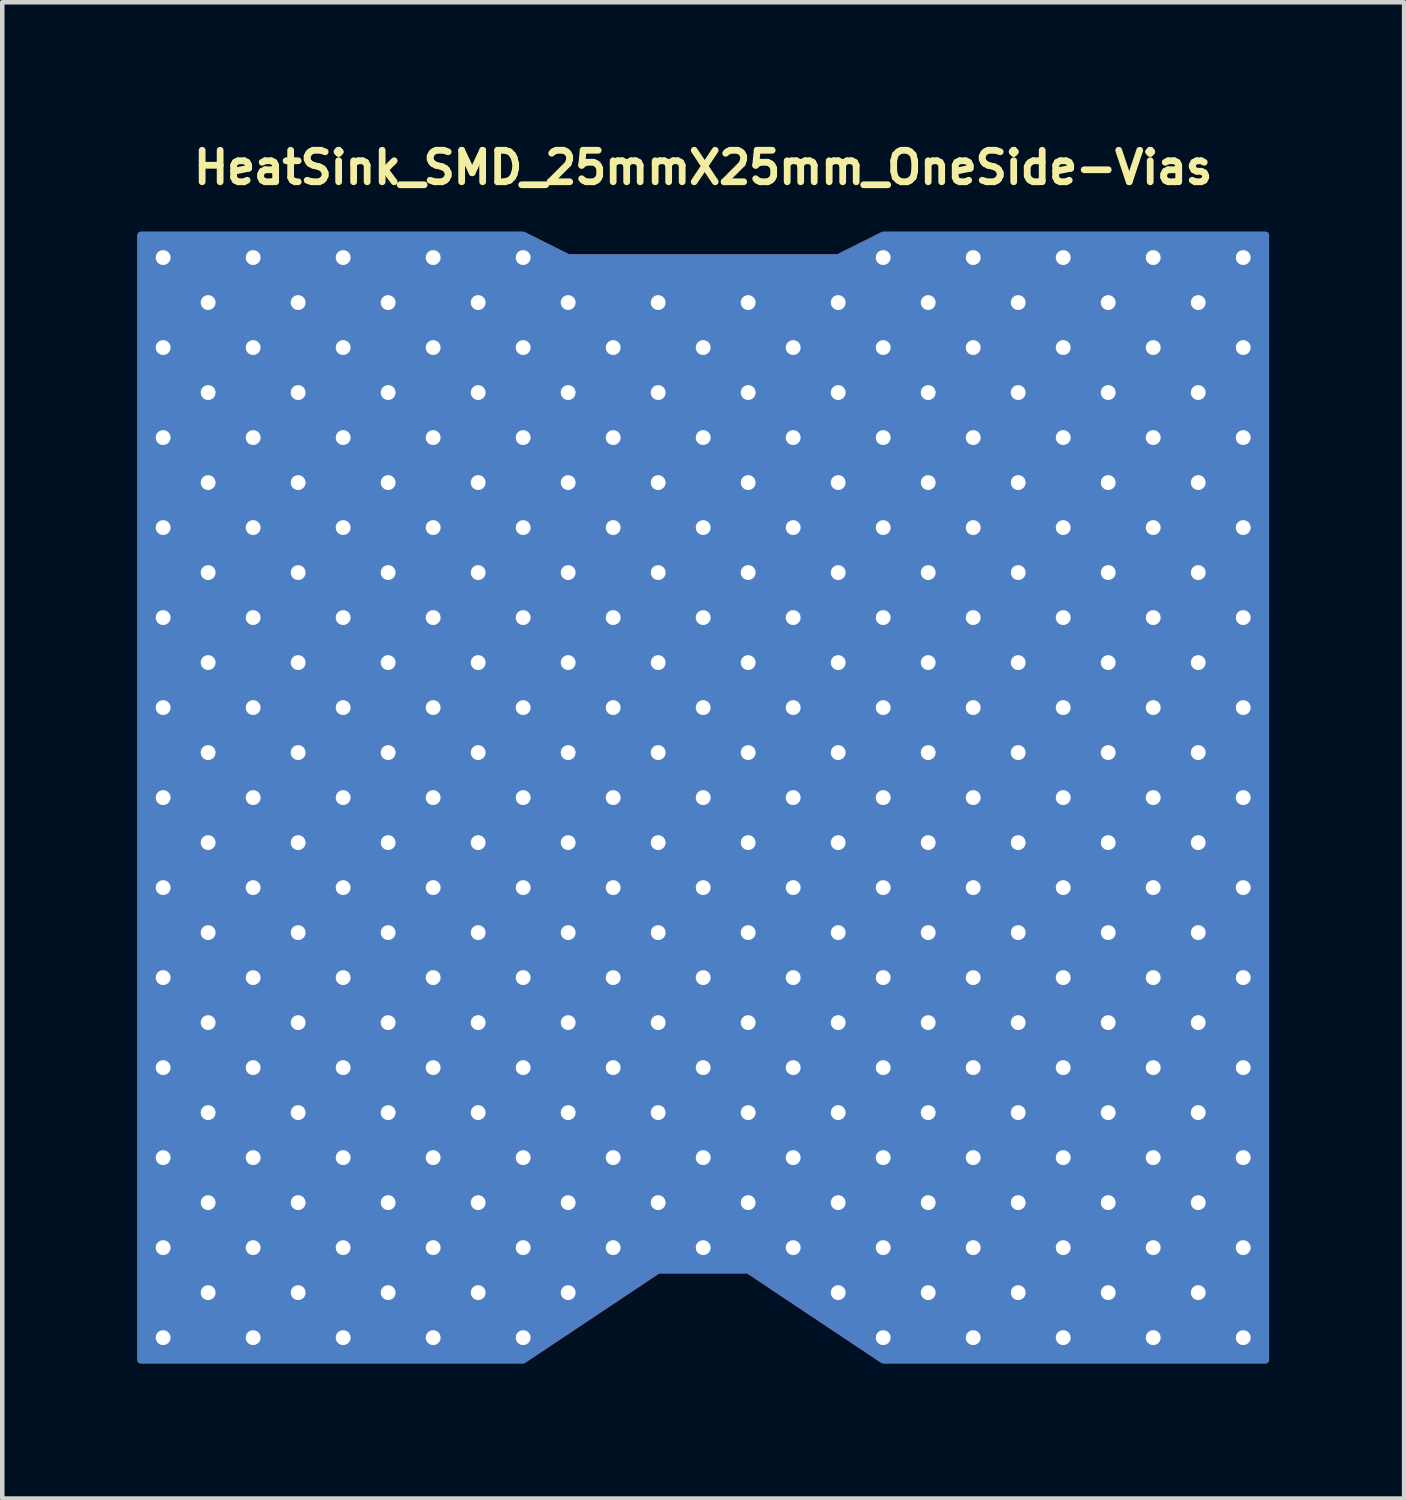
<source format=kicad_pcb>
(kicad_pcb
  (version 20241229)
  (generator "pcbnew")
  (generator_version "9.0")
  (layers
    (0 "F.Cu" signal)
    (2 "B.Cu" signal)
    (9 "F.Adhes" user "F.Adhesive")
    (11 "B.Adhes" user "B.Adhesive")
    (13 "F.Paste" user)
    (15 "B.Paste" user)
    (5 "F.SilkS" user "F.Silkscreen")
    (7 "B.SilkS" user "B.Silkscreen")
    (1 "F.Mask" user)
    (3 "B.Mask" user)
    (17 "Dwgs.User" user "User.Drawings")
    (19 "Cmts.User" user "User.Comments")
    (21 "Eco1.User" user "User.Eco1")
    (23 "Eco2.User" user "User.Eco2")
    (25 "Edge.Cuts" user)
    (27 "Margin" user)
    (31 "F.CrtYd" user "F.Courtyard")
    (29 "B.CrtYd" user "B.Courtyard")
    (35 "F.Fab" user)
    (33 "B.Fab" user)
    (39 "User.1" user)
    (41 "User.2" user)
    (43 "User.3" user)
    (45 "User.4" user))
  (footprint "HeatSink_SMD_25mmX25mm_OneSide-Vias"
    (layer "F.Cu")
    (at 12.575 14.673)
    (property "Reference" "HeatSink_SMD_25mmX25mm_OneSide-Vias" (at 0 -14 0) (layer "F.SilkS") (effects (font (size 0.7 0.7) (thickness 0.15))))
    (attr through_hole)
    (pad "1" thru_hole circle (at -12 -12) (size 0.686 0.686) (drill 0.33) (layers "*.Cu" "*.Mask"))
    (pad "1" thru_hole circle (at -12 -10) (size 0.686 0.686) (drill 0.33) (layers "*.Cu" "*.Mask"))
    (pad "1" thru_hole circle (at -12 -8) (size 0.686 0.686) (drill 0.33) (layers "*.Cu" "*.Mask"))
    (pad "1" thru_hole circle (at -12 -6) (size 0.686 0.686) (drill 0.33) (layers "*.Cu" "*.Mask"))
    (pad "1" thru_hole circle (at -12 -4) (size 0.686 0.686) (drill 0.33) (layers "*.Cu" "*.Mask"))
    (pad "1" thru_hole circle (at -12 -2) (size 0.686 0.686) (drill 0.33) (layers "*.Cu" "*.Mask"))
    (pad "1" thru_hole circle (at -12 0) (size 0.686 0.686) (drill 0.33) (layers "*.Cu" "*.Mask"))
    (pad "1" thru_hole circle (at -12 2) (size 0.686 0.686) (drill 0.33) (layers "*.Cu" "*.Mask"))
    (pad "1" thru_hole circle (at -12 4) (size 0.686 0.686) (drill 0.33) (layers "*.Cu" "*.Mask"))
    (pad "1" thru_hole circle (at -12 6) (size 0.686 0.686) (drill 0.33) (layers "*.Cu" "*.Mask"))
    (pad "1" thru_hole circle (at -12 8) (size 0.686 0.686) (drill 0.33) (layers "*.Cu" "*.Mask"))
    (pad "1" thru_hole circle (at -12 10) (size 0.686 0.686) (drill 0.33) (layers "*.Cu" "*.Mask"))
    (pad "1" thru_hole circle (at -12 12) (size 0.686 0.686) (drill 0.33) (layers "*.Cu" "*.Mask"))
    (pad "1" thru_hole circle (at -11 -11) (size 0.686 0.686) (drill 0.33) (layers "*.Cu" "*.Mask"))
    (pad "1" thru_hole circle (at -11 -9) (size 0.686 0.686) (drill 0.33) (layers "*.Cu" "*.Mask"))
    (pad "1" thru_hole circle (at -11 -7) (size 0.686 0.686) (drill 0.33) (layers "*.Cu" "*.Mask"))
    (pad "1" thru_hole circle (at -11 -5) (size 0.686 0.686) (drill 0.33) (layers "*.Cu" "*.Mask"))
    (pad "1" thru_hole circle (at -11 -3) (size 0.686 0.686) (drill 0.33) (layers "*.Cu" "*.Mask"))
    (pad "1" thru_hole circle (at -11 -1) (size 0.686 0.686) (drill 0.33) (layers "*.Cu" "*.Mask"))
    (pad "1" thru_hole circle (at -11 1) (size 0.686 0.686) (drill 0.33) (layers "*.Cu" "*.Mask"))
    (pad "1" thru_hole circle (at -11 3) (size 0.686 0.686) (drill 0.33) (layers "*.Cu" "*.Mask"))
    (pad "1" thru_hole circle (at -11 5) (size 0.686 0.686) (drill 0.33) (layers "*.Cu" "*.Mask"))
    (pad "1" thru_hole circle (at -11 7) (size 0.686 0.686) (drill 0.33) (layers "*.Cu" "*.Mask"))
    (pad "1" thru_hole circle (at -11 9) (size 0.686 0.686) (drill 0.33) (layers "*.Cu" "*.Mask"))
    (pad "1" thru_hole circle (at -11 11) (size 0.686 0.686) (drill 0.33) (layers "*.Cu" "*.Mask"))
    (pad "1" thru_hole circle (at -10 -12) (size 0.686 0.686) (drill 0.33) (layers "*.Cu" "*.Mask"))
    (pad "1" thru_hole circle (at -10 -10) (size 0.686 0.686) (drill 0.33) (layers "*.Cu" "*.Mask"))
    (pad "1" thru_hole circle (at -10 -8) (size 0.686 0.686) (drill 0.33) (layers "*.Cu" "*.Mask"))
    (pad "1" thru_hole circle (at -10 -6) (size 0.686 0.686) (drill 0.33) (layers "*.Cu" "*.Mask"))
    (pad "1" thru_hole circle (at -10 -4) (size 0.686 0.686) (drill 0.33) (layers "*.Cu" "*.Mask"))
    (pad "1" thru_hole circle (at -10 -2) (size 0.686 0.686) (drill 0.33) (layers "*.Cu" "*.Mask"))
    (pad "1" thru_hole circle (at -10 0) (size 0.686 0.686) (drill 0.33) (layers "*.Cu" "*.Mask"))
    (pad "1" thru_hole circle (at -10 2) (size 0.686 0.686) (drill 0.33) (layers "*.Cu" "*.Mask"))
    (pad "1" thru_hole circle (at -10 4) (size 0.686 0.686) (drill 0.33) (layers "*.Cu" "*.Mask"))
    (pad "1" thru_hole circle (at -10 6) (size 0.686 0.686) (drill 0.33) (layers "*.Cu" "*.Mask"))
    (pad "1" thru_hole circle (at -10 8) (size 0.686 0.686) (drill 0.33) (layers "*.Cu" "*.Mask"))
    (pad "1" thru_hole circle (at -10 10) (size 0.686 0.686) (drill 0.33) (layers "*.Cu" "*.Mask"))
    (pad "1" thru_hole circle (at -10 12) (size 0.686 0.686) (drill 0.33) (layers "*.Cu" "*.Mask"))
    (pad "1" thru_hole circle (at -9 -11) (size 0.686 0.686) (drill 0.33) (layers "*.Cu" "*.Mask"))
    (pad "1" thru_hole circle (at -9 -9) (size 0.686 0.686) (drill 0.33) (layers "*.Cu" "*.Mask"))
    (pad "1" thru_hole circle (at -9 -7) (size 0.686 0.686) (drill 0.33) (layers "*.Cu" "*.Mask"))
    (pad "1" thru_hole circle (at -9 -5) (size 0.686 0.686) (drill 0.33) (layers "*.Cu" "*.Mask"))
    (pad "1" thru_hole circle (at -9 -3) (size 0.686 0.686) (drill 0.33) (layers "*.Cu" "*.Mask"))
    (pad "1" thru_hole circle (at -9 -1) (size 0.686 0.686) (drill 0.33) (layers "*.Cu" "*.Mask"))
    (pad "1" thru_hole circle (at -9 1) (size 0.686 0.686) (drill 0.33) (layers "*.Cu" "*.Mask"))
    (pad "1" thru_hole circle (at -9 3) (size 0.686 0.686) (drill 0.33) (layers "*.Cu" "*.Mask"))
    (pad "1" thru_hole circle (at -9 5) (size 0.686 0.686) (drill 0.33) (layers "*.Cu" "*.Mask"))
    (pad "1" thru_hole circle (at -9 7) (size 0.686 0.686) (drill 0.33) (layers "*.Cu" "*.Mask"))
    (pad "1" thru_hole circle (at -9 9) (size 0.686 0.686) (drill 0.33) (layers "*.Cu" "*.Mask"))
    (pad "1" thru_hole circle (at -9 11) (size 0.686 0.686) (drill 0.33) (layers "*.Cu" "*.Mask"))
    (pad "1" thru_hole circle (at -8 -12) (size 0.686 0.686) (drill 0.33) (layers "*.Cu" "*.Mask"))
    (pad "1" thru_hole circle (at -8 -10) (size 0.686 0.686) (drill 0.33) (layers "*.Cu" "*.Mask"))
    (pad "1" thru_hole circle (at -8 -8) (size 0.686 0.686) (drill 0.33) (layers "*.Cu" "*.Mask"))
    (pad "1" thru_hole circle (at -8 -6) (size 0.686 0.686) (drill 0.33) (layers "*.Cu" "*.Mask"))
    (pad "1" thru_hole circle (at -8 -4) (size 0.686 0.686) (drill 0.33) (layers "*.Cu" "*.Mask"))
    (pad "1" thru_hole circle (at -8 -2) (size 0.686 0.686) (drill 0.33) (layers "*.Cu" "*.Mask"))
    (pad "1" thru_hole circle (at -8 0) (size 0.686 0.686) (drill 0.33) (layers "*.Cu" "*.Mask"))
    (pad "1" thru_hole circle (at -8 2) (size 0.686 0.686) (drill 0.33) (layers "*.Cu" "*.Mask"))
    (pad "1" thru_hole circle (at -8 4) (size 0.686 0.686) (drill 0.33) (layers "*.Cu" "*.Mask"))
    (pad "1" thru_hole circle (at -8 6) (size 0.686 0.686) (drill 0.33) (layers "*.Cu" "*.Mask"))
    (pad "1" thru_hole circle (at -8 8) (size 0.686 0.686) (drill 0.33) (layers "*.Cu" "*.Mask"))
    (pad "1" thru_hole circle (at -8 10) (size 0.686 0.686) (drill 0.33) (layers "*.Cu" "*.Mask"))
    (pad "1" thru_hole circle (at -8 12) (size 0.686 0.686) (drill 0.33) (layers "*.Cu" "*.Mask"))
    (pad "1" thru_hole circle (at -7 -11) (size 0.686 0.686) (drill 0.33) (layers "*.Cu" "*.Mask"))
    (pad "1" thru_hole circle (at -7 -9) (size 0.686 0.686) (drill 0.33) (layers "*.Cu" "*.Mask"))
    (pad "1" thru_hole circle (at -7 -7) (size 0.686 0.686) (drill 0.33) (layers "*.Cu" "*.Mask"))
    (pad "1" thru_hole circle (at -7 -5) (size 0.686 0.686) (drill 0.33) (layers "*.Cu" "*.Mask"))
    (pad "1" thru_hole circle (at -7 -3) (size 0.686 0.686) (drill 0.33) (layers "*.Cu" "*.Mask"))
    (pad "1" thru_hole circle (at -7 -1) (size 0.686 0.686) (drill 0.33) (layers "*.Cu" "*.Mask"))
    (pad "1" thru_hole circle (at -7 1) (size 0.686 0.686) (drill 0.33) (layers "*.Cu" "*.Mask"))
    (pad "1" thru_hole circle (at -7 3) (size 0.686 0.686) (drill 0.33) (layers "*.Cu" "*.Mask"))
    (pad "1" thru_hole circle (at -7 5) (size 0.686 0.686) (drill 0.33) (layers "*.Cu" "*.Mask"))
    (pad "1" thru_hole circle (at -7 7) (size 0.686 0.686) (drill 0.33) (layers "*.Cu" "*.Mask"))
    (pad "1" thru_hole circle (at -7 9) (size 0.686 0.686) (drill 0.33) (layers "*.Cu" "*.Mask"))
    (pad "1" thru_hole circle (at -7 11) (size 0.686 0.686) (drill 0.33) (layers "*.Cu" "*.Mask"))
    (pad "1" thru_hole circle (at -6 -12) (size 0.686 0.686) (drill 0.33) (layers "*.Cu" "*.Mask"))
    (pad "1" thru_hole circle (at -6 -10) (size 0.686 0.686) (drill 0.33) (layers "*.Cu" "*.Mask"))
    (pad "1" thru_hole circle (at -6 -8) (size 0.686 0.686) (drill 0.33) (layers "*.Cu" "*.Mask"))
    (pad "1" thru_hole circle (at -6 -6) (size 0.686 0.686) (drill 0.33) (layers "*.Cu" "*.Mask"))
    (pad "1" thru_hole circle (at -6 -4) (size 0.686 0.686) (drill 0.33) (layers "*.Cu" "*.Mask"))
    (pad "1" thru_hole circle (at -6 -2) (size 0.686 0.686) (drill 0.33) (layers "*.Cu" "*.Mask"))
    (pad "1" thru_hole circle (at -6 0) (size 0.686 0.686) (drill 0.33) (layers "*.Cu" "*.Mask"))
    (pad "1" thru_hole circle (at -6 2) (size 0.686 0.686) (drill 0.33) (layers "*.Cu" "*.Mask"))
    (pad "1" thru_hole circle (at -6 4) (size 0.686 0.686) (drill 0.33) (layers "*.Cu" "*.Mask"))
    (pad "1" thru_hole circle (at -6 6) (size 0.686 0.686) (drill 0.33) (layers "*.Cu" "*.Mask"))
    (pad "1" thru_hole circle (at -6 8) (size 0.686 0.686) (drill 0.33) (layers "*.Cu" "*.Mask"))
    (pad "1" thru_hole circle (at -6 10) (size 0.686 0.686) (drill 0.33) (layers "*.Cu" "*.Mask"))
    (pad "1" thru_hole circle (at -6 12) (size 0.686 0.686) (drill 0.33) (layers "*.Cu" "*.Mask"))
    (pad "1" thru_hole circle (at -5 -11) (size 0.686 0.686) (drill 0.33) (layers "*.Cu" "*.Mask"))
    (pad "1" thru_hole circle (at -5 -9) (size 0.686 0.686) (drill 0.33) (layers "*.Cu" "*.Mask"))
    (pad "1" thru_hole circle (at -5 -7) (size 0.686 0.686) (drill 0.33) (layers "*.Cu" "*.Mask"))
    (pad "1" thru_hole circle (at -5 -5) (size 0.686 0.686) (drill 0.33) (layers "*.Cu" "*.Mask"))
    (pad "1" thru_hole circle (at -5 -3) (size 0.686 0.686) (drill 0.33) (layers "*.Cu" "*.Mask"))
    (pad "1" thru_hole circle (at -5 -1) (size 0.686 0.686) (drill 0.33) (layers "*.Cu" "*.Mask"))
    (pad "1" thru_hole circle (at -5 1) (size 0.686 0.686) (drill 0.33) (layers "*.Cu" "*.Mask"))
    (pad "1" thru_hole circle (at -5 3) (size 0.686 0.686) (drill 0.33) (layers "*.Cu" "*.Mask"))
    (pad "1" thru_hole circle (at -5 5) (size 0.686 0.686) (drill 0.33) (layers "*.Cu" "*.Mask"))
    (pad "1" thru_hole circle (at -5 7) (size 0.686 0.686) (drill 0.33) (layers "*.Cu" "*.Mask"))
    (pad "1" thru_hole circle (at -5 9) (size 0.686 0.686) (drill 0.33) (layers "*.Cu" "*.Mask"))
    (pad "1" thru_hole circle (at -5 11) (size 0.686 0.686) (drill 0.33) (layers "*.Cu" "*.Mask"))
    (pad "1" thru_hole circle (at -4 -12) (size 0.686 0.686) (drill 0.33) (layers "*.Cu" "*.Mask"))
    (pad "1" thru_hole circle (at -4 -10) (size 0.686 0.686) (drill 0.33) (layers "*.Cu" "*.Mask"))
    (pad "1" thru_hole circle (at -4 -8) (size 0.686 0.686) (drill 0.33) (layers "*.Cu" "*.Mask"))
    (pad "1" thru_hole circle (at -4 -6) (size 0.686 0.686) (drill 0.33) (layers "*.Cu" "*.Mask"))
    (pad "1" thru_hole circle (at -4 -4) (size 0.686 0.686) (drill 0.33) (layers "*.Cu" "*.Mask"))
    (pad "1" thru_hole circle (at -4 -2) (size 0.686 0.686) (drill 0.33) (layers "*.Cu" "*.Mask"))
    (pad "1" thru_hole circle (at -4 0) (size 0.686 0.686) (drill 0.33) (layers "*.Cu" "*.Mask"))
    (pad "1" thru_hole circle (at -4 2) (size 0.686 0.686) (drill 0.33) (layers "*.Cu" "*.Mask"))
    (pad "1" thru_hole circle (at -4 4) (size 0.686 0.686) (drill 0.33) (layers "*.Cu" "*.Mask"))
    (pad "1" thru_hole circle (at -4 6) (size 0.686 0.686) (drill 0.33) (layers "*.Cu" "*.Mask"))
    (pad "1" thru_hole circle (at -4 8) (size 0.686 0.686) (drill 0.33) (layers "*.Cu" "*.Mask"))
    (pad "1" thru_hole circle (at -4 10) (size 0.686 0.686) (drill 0.33) (layers "*.Cu" "*.Mask"))
    (pad "1" thru_hole circle (at -4 12) (size 0.686 0.686) (drill 0.33) (layers "*.Cu" "*.Mask"))
    (pad "1" thru_hole circle (at -3 -11) (size 0.686 0.686) (drill 0.33) (layers "*.Cu" "*.Mask"))
    (pad "1" thru_hole circle (at -3 -9) (size 0.686 0.686) (drill 0.33) (layers "*.Cu" "*.Mask"))
    (pad "1" thru_hole circle (at -3 -7) (size 0.686 0.686) (drill 0.33) (layers "*.Cu" "*.Mask"))
    (pad "1" thru_hole circle (at -3 -5) (size 0.686 0.686) (drill 0.33) (layers "*.Cu" "*.Mask"))
    (pad "1" thru_hole circle (at -3 -3) (size 0.686 0.686) (drill 0.33) (layers "*.Cu" "*.Mask"))
    (pad "1" thru_hole circle (at -3 -1) (size 0.686 0.686) (drill 0.33) (layers "*.Cu" "*.Mask"))
    (pad "1" thru_hole circle (at -3 1) (size 0.686 0.686) (drill 0.33) (layers "*.Cu" "*.Mask"))
    (pad "1" thru_hole circle (at -3 3) (size 0.686 0.686) (drill 0.33) (layers "*.Cu" "*.Mask"))
    (pad "1" thru_hole circle (at -3 5) (size 0.686 0.686) (drill 0.33) (layers "*.Cu" "*.Mask"))
    (pad "1" thru_hole circle (at -3 7) (size 0.686 0.686) (drill 0.33) (layers "*.Cu" "*.Mask"))
    (pad "1" thru_hole circle (at -3 9) (size 0.686 0.686) (drill 0.33) (layers "*.Cu" "*.Mask"))
    (pad "1" thru_hole circle (at -3 11) (size 0.686 0.686) (drill 0.33) (layers "*.Cu" "*.Mask"))
    (pad "1" thru_hole circle (at -2 -10) (size 0.686 0.686) (drill 0.33) (layers "*.Cu" "*.Mask"))
    (pad "1" thru_hole circle (at -2 -8) (size 0.686 0.686) (drill 0.33) (layers "*.Cu" "*.Mask"))
    (pad "1" thru_hole circle (at -2 -6) (size 0.686 0.686) (drill 0.33) (layers "*.Cu" "*.Mask"))
    (pad "1" thru_hole circle (at -2 -4) (size 0.686 0.686) (drill 0.33) (layers "*.Cu" "*.Mask"))
    (pad "1" thru_hole circle (at -2 -2) (size 0.686 0.686) (drill 0.33) (layers "*.Cu" "*.Mask"))
    (pad "1" thru_hole circle (at -2 0) (size 0.686 0.686) (drill 0.33) (layers "*.Cu" "*.Mask"))
    (pad "1" thru_hole circle (at -2 2) (size 0.686 0.686) (drill 0.33) (layers "*.Cu" "*.Mask"))
    (pad "1" thru_hole circle (at -2 4) (size 0.686 0.686) (drill 0.33) (layers "*.Cu" "*.Mask"))
    (pad "1" thru_hole circle (at -2 6) (size 0.686 0.686) (drill 0.33) (layers "*.Cu" "*.Mask"))
    (pad "1" thru_hole circle (at -2 8) (size 0.686 0.686) (drill 0.33) (layers "*.Cu" "*.Mask"))
    (pad "1" thru_hole circle (at -2 10) (size 0.686 0.686) (drill 0.33) (layers "*.Cu" "*.Mask"))
    (pad "1" thru_hole circle (at -1 -11) (size 0.686 0.686) (drill 0.33) (layers "*.Cu" "*.Mask"))
    (pad "1" thru_hole circle (at -1 -9) (size 0.686 0.686) (drill 0.33) (layers "*.Cu" "*.Mask"))
    (pad "1" thru_hole circle (at -1 -7) (size 0.686 0.686) (drill 0.33) (layers "*.Cu" "*.Mask"))
    (pad "1" thru_hole circle (at -1 -5) (size 0.686 0.686) (drill 0.33) (layers "*.Cu" "*.Mask"))
    (pad "1" thru_hole circle (at -1 -3) (size 0.686 0.686) (drill 0.33) (layers "*.Cu" "*.Mask"))
    (pad "1" thru_hole circle (at -1 -1) (size 0.686 0.686) (drill 0.33) (layers "*.Cu" "*.Mask"))
    (pad "1" thru_hole circle (at -1 1) (size 0.686 0.686) (drill 0.33) (layers "*.Cu" "*.Mask"))
    (pad "1" thru_hole circle (at -1 3) (size 0.686 0.686) (drill 0.33) (layers "*.Cu" "*.Mask"))
    (pad "1" thru_hole circle (at -1 5) (size 0.686 0.686) (drill 0.33) (layers "*.Cu" "*.Mask"))
    (pad "1" thru_hole circle (at -1 7) (size 0.686 0.686) (drill 0.33) (layers "*.Cu" "*.Mask"))
    (pad "1" thru_hole circle (at -1 9) (size 0.686 0.686) (drill 0.33) (layers "*.Cu" "*.Mask"))
    (pad "1" thru_hole circle (at 0 -10) (size 0.686 0.686) (drill 0.33) (layers "*.Cu" "*.Mask"))
    (pad "1" thru_hole circle (at 0 -8) (size 0.686 0.686) (drill 0.33) (layers "*.Cu" "*.Mask"))
    (pad "1" thru_hole circle (at 0 -6) (size 0.686 0.686) (drill 0.33) (layers "*.Cu" "*.Mask"))
    (pad "1" thru_hole circle (at 0 -4) (size 0.686 0.686) (drill 0.33) (layers "*.Cu" "*.Mask"))
    (pad "1" thru_hole circle (at 0 -2) (size 0.686 0.686) (drill 0.33) (layers "*.Cu" "*.Mask"))
    (pad "1" thru_hole circle (at 0 0) (size 0.686 0.686) (drill 0.33) (layers "*.Cu" "*.Mask"))
    (pad "1" thru_hole circle (at 0 2) (size 0.686 0.686) (drill 0.33) (layers "*.Cu" "*.Mask"))
    (pad "1" thru_hole circle (at 0 4) (size 0.686 0.686) (drill 0.33) (layers "*.Cu" "*.Mask"))
    (pad "1" thru_hole circle (at 0 6) (size 0.686 0.686) (drill 0.33) (layers "*.Cu" "*.Mask"))
    (pad "1" thru_hole circle (at 0 8) (size 0.686 0.686) (drill 0.33) (layers "*.Cu" "*.Mask"))
    (pad "1" thru_hole circle (at 0 10) (size 0.686 0.686) (drill 0.33) (layers "*.Cu" "*.Mask"))
    (pad "1" thru_hole circle (at 1 -11) (size 0.686 0.686) (drill 0.33) (layers "*.Cu" "*.Mask"))
    (pad "1" thru_hole circle (at 1 -9) (size 0.686 0.686) (drill 0.33) (layers "*.Cu" "*.Mask"))
    (pad "1" thru_hole circle (at 1 -7) (size 0.686 0.686) (drill 0.33) (layers "*.Cu" "*.Mask"))
    (pad "1" thru_hole circle (at 1 -5) (size 0.686 0.686) (drill 0.33) (layers "*.Cu" "*.Mask"))
    (pad "1" thru_hole circle (at 1 -3) (size 0.686 0.686) (drill 0.33) (layers "*.Cu" "*.Mask"))
    (pad "1" thru_hole circle (at 1 -1) (size 0.686 0.686) (drill 0.33) (layers "*.Cu" "*.Mask"))
    (pad "1" thru_hole circle (at 1 1) (size 0.686 0.686) (drill 0.33) (layers "*.Cu" "*.Mask"))
    (pad "1" thru_hole circle (at 1 3) (size 0.686 0.686) (drill 0.33) (layers "*.Cu" "*.Mask"))
    (pad "1" thru_hole circle (at 1 5) (size 0.686 0.686) (drill 0.33) (layers "*.Cu" "*.Mask"))
    (pad "1" thru_hole circle (at 1 7) (size 0.686 0.686) (drill 0.33) (layers "*.Cu" "*.Mask"))
    (pad "1" thru_hole circle (at 1 9) (size 0.686 0.686) (drill 0.33) (layers "*.Cu" "*.Mask"))
    (pad "1" thru_hole circle (at 2 -10) (size 0.686 0.686) (drill 0.33) (layers "*.Cu" "*.Mask"))
    (pad "1" thru_hole circle (at 2 -8) (size 0.686 0.686) (drill 0.33) (layers "*.Cu" "*.Mask"))
    (pad "1" thru_hole circle (at 2 -6) (size 0.686 0.686) (drill 0.33) (layers "*.Cu" "*.Mask"))
    (pad "1" thru_hole circle (at 2 -4) (size 0.686 0.686) (drill 0.33) (layers "*.Cu" "*.Mask"))
    (pad "1" thru_hole circle (at 2 -2) (size 0.686 0.686) (drill 0.33) (layers "*.Cu" "*.Mask"))
    (pad "1" thru_hole circle (at 2 0) (size 0.686 0.686) (drill 0.33) (layers "*.Cu" "*.Mask"))
    (pad "1" thru_hole circle (at 2 2) (size 0.686 0.686) (drill 0.33) (layers "*.Cu" "*.Mask"))
    (pad "1" thru_hole circle (at 2 4) (size 0.686 0.686) (drill 0.33) (layers "*.Cu" "*.Mask"))
    (pad "1" thru_hole circle (at 2 6) (size 0.686 0.686) (drill 0.33) (layers "*.Cu" "*.Mask"))
    (pad "1" thru_hole circle (at 2 8) (size 0.686 0.686) (drill 0.33) (layers "*.Cu" "*.Mask"))
    (pad "1" thru_hole circle (at 2 10) (size 0.686 0.686) (drill 0.33) (layers "*.Cu" "*.Mask"))
    (pad "1" thru_hole circle (at 3 -11) (size 0.686 0.686) (drill 0.33) (layers "*.Cu" "*.Mask"))
    (pad "1" thru_hole circle (at 3 -9) (size 0.686 0.686) (drill 0.33) (layers "*.Cu" "*.Mask"))
    (pad "1" thru_hole circle (at 3 -7) (size 0.686 0.686) (drill 0.33) (layers "*.Cu" "*.Mask"))
    (pad "1" thru_hole circle (at 3 -5) (size 0.686 0.686) (drill 0.33) (layers "*.Cu" "*.Mask"))
    (pad "1" thru_hole circle (at 3 -3) (size 0.686 0.686) (drill 0.33) (layers "*.Cu" "*.Mask"))
    (pad "1" thru_hole circle (at 3 -1) (size 0.686 0.686) (drill 0.33) (layers "*.Cu" "*.Mask"))
    (pad "1" thru_hole circle (at 3 1) (size 0.686 0.686) (drill 0.33) (layers "*.Cu" "*.Mask"))
    (pad "1" thru_hole circle (at 3 3) (size 0.686 0.686) (drill 0.33) (layers "*.Cu" "*.Mask"))
    (pad "1" thru_hole circle (at 3 5) (size 0.686 0.686) (drill 0.33) (layers "*.Cu" "*.Mask"))
    (pad "1" thru_hole circle (at 3 7) (size 0.686 0.686) (drill 0.33) (layers "*.Cu" "*.Mask"))
    (pad "1" thru_hole circle (at 3 9) (size 0.686 0.686) (drill 0.33) (layers "*.Cu" "*.Mask"))
    (pad "1" thru_hole circle (at 3 11) (size 0.686 0.686) (drill 0.33) (layers "*.Cu" "*.Mask"))
    (pad "1" thru_hole circle (at 4 -12) (size 0.686 0.686) (drill 0.33) (layers "*.Cu" "*.Mask"))
    (pad "1" thru_hole circle (at 4 -10) (size 0.686 0.686) (drill 0.33) (layers "*.Cu" "*.Mask"))
    (pad "1" thru_hole circle (at 4 -8) (size 0.686 0.686) (drill 0.33) (layers "*.Cu" "*.Mask"))
    (pad "1" thru_hole circle (at 4 -6) (size 0.686 0.686) (drill 0.33) (layers "*.Cu" "*.Mask"))
    (pad "1" thru_hole circle (at 4 -4) (size 0.686 0.686) (drill 0.33) (layers "*.Cu" "*.Mask"))
    (pad "1" thru_hole circle (at 4 -2) (size 0.686 0.686) (drill 0.33) (layers "*.Cu" "*.Mask"))
    (pad "1" thru_hole circle (at 4 0) (size 0.686 0.686) (drill 0.33) (layers "*.Cu" "*.Mask"))
    (pad "1" thru_hole circle (at 4 2) (size 0.686 0.686) (drill 0.33) (layers "*.Cu" "*.Mask"))
    (pad "1" thru_hole circle (at 4 4) (size 0.686 0.686) (drill 0.33) (layers "*.Cu" "*.Mask"))
    (pad "1" thru_hole circle (at 4 6) (size 0.686 0.686) (drill 0.33) (layers "*.Cu" "*.Mask"))
    (pad "1" thru_hole circle (at 4 8) (size 0.686 0.686) (drill 0.33) (layers "*.Cu" "*.Mask"))
    (pad "1" thru_hole circle (at 4 10) (size 0.686 0.686) (drill 0.33) (layers "*.Cu" "*.Mask"))
    (pad "1" thru_hole circle (at 4 12) (size 0.686 0.686) (drill 0.33) (layers "*.Cu" "*.Mask"))
    (pad "1" thru_hole circle (at 5 -11) (size 0.686 0.686) (drill 0.33) (layers "*.Cu" "*.Mask"))
    (pad "1" thru_hole circle (at 5 -9) (size 0.686 0.686) (drill 0.33) (layers "*.Cu" "*.Mask"))
    (pad "1" thru_hole circle (at 5 -7) (size 0.686 0.686) (drill 0.33) (layers "*.Cu" "*.Mask"))
    (pad "1" thru_hole circle (at 5 -5) (size 0.686 0.686) (drill 0.33) (layers "*.Cu" "*.Mask"))
    (pad "1" thru_hole circle (at 5 -3) (size 0.686 0.686) (drill 0.33) (layers "*.Cu" "*.Mask"))
    (pad "1" thru_hole circle (at 5 -1) (size 0.686 0.686) (drill 0.33) (layers "*.Cu" "*.Mask"))
    (pad "1" thru_hole circle (at 5 1) (size 0.686 0.686) (drill 0.33) (layers "*.Cu" "*.Mask"))
    (pad "1" thru_hole circle (at 5 3) (size 0.686 0.686) (drill 0.33) (layers "*.Cu" "*.Mask"))
    (pad "1" thru_hole circle (at 5 5) (size 0.686 0.686) (drill 0.33) (layers "*.Cu" "*.Mask"))
    (pad "1" thru_hole circle (at 5 7) (size 0.686 0.686) (drill 0.33) (layers "*.Cu" "*.Mask"))
    (pad "1" thru_hole circle (at 5 9) (size 0.686 0.686) (drill 0.33) (layers "*.Cu" "*.Mask"))
    (pad "1" thru_hole circle (at 5 11) (size 0.686 0.686) (drill 0.33) (layers "*.Cu" "*.Mask"))
    (pad "1" thru_hole circle (at 6 -12) (size 0.686 0.686) (drill 0.33) (layers "*.Cu" "*.Mask"))
    (pad "1" thru_hole circle (at 6 -10) (size 0.686 0.686) (drill 0.33) (layers "*.Cu" "*.Mask"))
    (pad "1" thru_hole circle (at 6 -8) (size 0.686 0.686) (drill 0.33) (layers "*.Cu" "*.Mask"))
    (pad "1" thru_hole circle (at 6 -6) (size 0.686 0.686) (drill 0.33) (layers "*.Cu" "*.Mask"))
    (pad "1" thru_hole circle (at 6 -4) (size 0.686 0.686) (drill 0.33) (layers "*.Cu" "*.Mask"))
    (pad "1" thru_hole circle (at 6 -2) (size 0.686 0.686) (drill 0.33) (layers "*.Cu" "*.Mask"))
    (pad "1" thru_hole circle (at 6 0) (size 0.686 0.686) (drill 0.33) (layers "*.Cu" "*.Mask"))
    (pad "1" thru_hole circle (at 6 2) (size 0.686 0.686) (drill 0.33) (layers "*.Cu" "*.Mask"))
    (pad "1" thru_hole circle (at 6 4) (size 0.686 0.686) (drill 0.33) (layers "*.Cu" "*.Mask"))
    (pad "1" thru_hole circle (at 6 6) (size 0.686 0.686) (drill 0.33) (layers "*.Cu" "*.Mask"))
    (pad "1" thru_hole circle (at 6 8) (size 0.686 0.686) (drill 0.33) (layers "*.Cu" "*.Mask"))
    (pad "1" thru_hole circle (at 6 10) (size 0.686 0.686) (drill 0.33) (layers "*.Cu" "*.Mask"))
    (pad "1" thru_hole circle (at 6 12) (size 0.686 0.686) (drill 0.33) (layers "*.Cu" "*.Mask"))
    (pad "1" thru_hole circle (at 7 -11) (size 0.686 0.686) (drill 0.33) (layers "*.Cu" "*.Mask"))
    (pad "1" thru_hole circle (at 7 -9) (size 0.686 0.686) (drill 0.33) (layers "*.Cu" "*.Mask"))
    (pad "1" thru_hole circle (at 7 -7) (size 0.686 0.686) (drill 0.33) (layers "*.Cu" "*.Mask"))
    (pad "1" thru_hole circle (at 7 -5) (size 0.686 0.686) (drill 0.33) (layers "*.Cu" "*.Mask"))
    (pad "1" thru_hole circle (at 7 -3) (size 0.686 0.686) (drill 0.33) (layers "*.Cu" "*.Mask"))
    (pad "1" thru_hole circle (at 7 -1) (size 0.686 0.686) (drill 0.33) (layers "*.Cu" "*.Mask"))
    (pad "1" thru_hole circle (at 7 1) (size 0.686 0.686) (drill 0.33) (layers "*.Cu" "*.Mask"))
    (pad "1" thru_hole circle (at 7 3) (size 0.686 0.686) (drill 0.33) (layers "*.Cu" "*.Mask"))
    (pad "1" thru_hole circle (at 7 5) (size 0.686 0.686) (drill 0.33) (layers "*.Cu" "*.Mask"))
    (pad "1" thru_hole circle (at 7 7) (size 0.686 0.686) (drill 0.33) (layers "*.Cu" "*.Mask"))
    (pad "1" thru_hole circle (at 7 9) (size 0.686 0.686) (drill 0.33) (layers "*.Cu" "*.Mask"))
    (pad "1" thru_hole circle (at 7 11) (size 0.686 0.686) (drill 0.33) (layers "*.Cu" "*.Mask"))
    (pad "1" thru_hole circle (at 8 -12) (size 0.686 0.686) (drill 0.33) (layers "*.Cu" "*.Mask"))
    (pad "1" thru_hole circle (at 8 -10) (size 0.686 0.686) (drill 0.33) (layers "*.Cu" "*.Mask"))
    (pad "1" thru_hole circle (at 8 -8) (size 0.686 0.686) (drill 0.33) (layers "*.Cu" "*.Mask"))
    (pad "1" thru_hole circle (at 8 -6) (size 0.686 0.686) (drill 0.33) (layers "*.Cu" "*.Mask"))
    (pad "1" thru_hole circle (at 8 -4) (size 0.686 0.686) (drill 0.33) (layers "*.Cu" "*.Mask"))
    (pad "1" thru_hole circle (at 8 -2) (size 0.686 0.686) (drill 0.33) (layers "*.Cu" "*.Mask"))
    (pad "1" thru_hole circle (at 8 0) (size 0.686 0.686) (drill 0.33) (layers "*.Cu" "*.Mask"))
    (pad "1" thru_hole circle (at 8 2) (size 0.686 0.686) (drill 0.33) (layers "*.Cu" "*.Mask"))
    (pad "1" thru_hole circle (at 8 4) (size 0.686 0.686) (drill 0.33) (layers "*.Cu" "*.Mask"))
    (pad "1" thru_hole circle (at 8 6) (size 0.686 0.686) (drill 0.33) (layers "*.Cu" "*.Mask"))
    (pad "1" thru_hole circle (at 8 8) (size 0.686 0.686) (drill 0.33) (layers "*.Cu" "*.Mask"))
    (pad "1" thru_hole circle (at 8 10) (size 0.686 0.686) (drill 0.33) (layers "*.Cu" "*.Mask"))
    (pad "1" thru_hole circle (at 8 12) (size 0.686 0.686) (drill 0.33) (layers "*.Cu" "*.Mask"))
    (pad "1" thru_hole circle (at 9 -11) (size 0.686 0.686) (drill 0.33) (layers "*.Cu" "*.Mask"))
    (pad "1" thru_hole circle (at 9 -9) (size 0.686 0.686) (drill 0.33) (layers "*.Cu" "*.Mask"))
    (pad "1" thru_hole circle (at 9 -7) (size 0.686 0.686) (drill 0.33) (layers "*.Cu" "*.Mask"))
    (pad "1" thru_hole circle (at 9 -5) (size 0.686 0.686) (drill 0.33) (layers "*.Cu" "*.Mask"))
    (pad "1" thru_hole circle (at 9 -3) (size 0.686 0.686) (drill 0.33) (layers "*.Cu" "*.Mask"))
    (pad "1" thru_hole circle (at 9 -1) (size 0.686 0.686) (drill 0.33) (layers "*.Cu" "*.Mask"))
    (pad "1" thru_hole circle (at 9 1) (size 0.686 0.686) (drill 0.33) (layers "*.Cu" "*.Mask"))
    (pad "1" thru_hole circle (at 9 3) (size 0.686 0.686) (drill 0.33) (layers "*.Cu" "*.Mask"))
    (pad "1" thru_hole circle (at 9 5) (size 0.686 0.686) (drill 0.33) (layers "*.Cu" "*.Mask"))
    (pad "1" thru_hole circle (at 9 7) (size 0.686 0.686) (drill 0.33) (layers "*.Cu" "*.Mask"))
    (pad "1" thru_hole circle (at 9 9) (size 0.686 0.686) (drill 0.33) (layers "*.Cu" "*.Mask"))
    (pad "1" thru_hole circle (at 9 11) (size 0.686 0.686) (drill 0.33) (layers "*.Cu" "*.Mask"))
    (pad "1" thru_hole circle (at 10 -12) (size 0.686 0.686) (drill 0.33) (layers "*.Cu" "*.Mask"))
    (pad "1" thru_hole circle (at 10 -10) (size 0.686 0.686) (drill 0.33) (layers "*.Cu" "*.Mask"))
    (pad "1" thru_hole circle (at 10 -8) (size 0.686 0.686) (drill 0.33) (layers "*.Cu" "*.Mask"))
    (pad "1" thru_hole circle (at 10 -6) (size 0.686 0.686) (drill 0.33) (layers "*.Cu" "*.Mask"))
    (pad "1" thru_hole circle (at 10 -4) (size 0.686 0.686) (drill 0.33) (layers "*.Cu" "*.Mask"))
    (pad "1" thru_hole circle (at 10 -2) (size 0.686 0.686) (drill 0.33) (layers "*.Cu" "*.Mask"))
    (pad "1" thru_hole circle (at 10 0) (size 0.686 0.686) (drill 0.33) (layers "*.Cu" "*.Mask"))
    (pad "1" thru_hole circle (at 10 2) (size 0.686 0.686) (drill 0.33) (layers "*.Cu" "*.Mask"))
    (pad "1" thru_hole circle (at 10 4) (size 0.686 0.686) (drill 0.33) (layers "*.Cu" "*.Mask"))
    (pad "1" thru_hole circle (at 10 6) (size 0.686 0.686) (drill 0.33) (layers "*.Cu" "*.Mask"))
    (pad "1" thru_hole circle (at 10 8) (size 0.686 0.686) (drill 0.33) (layers "*.Cu" "*.Mask"))
    (pad "1" thru_hole circle (at 10 10) (size 0.686 0.686) (drill 0.33) (layers "*.Cu" "*.Mask"))
    (pad "1" thru_hole circle (at 10 12) (size 0.686 0.686) (drill 0.33) (layers "*.Cu" "*.Mask"))
    (pad "1" thru_hole circle (at 11 -11) (size 0.686 0.686) (drill 0.33) (layers "*.Cu" "*.Mask"))
    (pad "1" thru_hole circle (at 11 -9) (size 0.686 0.686) (drill 0.33) (layers "*.Cu" "*.Mask"))
    (pad "1" thru_hole circle (at 11 -7) (size 0.686 0.686) (drill 0.33) (layers "*.Cu" "*.Mask"))
    (pad "1" thru_hole circle (at 11 -5) (size 0.686 0.686) (drill 0.33) (layers "*.Cu" "*.Mask"))
    (pad "1" thru_hole circle (at 11 -3) (size 0.686 0.686) (drill 0.33) (layers "*.Cu" "*.Mask"))
    (pad "1" thru_hole circle (at 11 -1) (size 0.686 0.686) (drill 0.33) (layers "*.Cu" "*.Mask"))
    (pad "1" thru_hole circle (at 11 1) (size 0.686 0.686) (drill 0.33) (layers "*.Cu" "*.Mask"))
    (pad "1" thru_hole circle (at 11 3) (size 0.686 0.686) (drill 0.33) (layers "*.Cu" "*.Mask"))
    (pad "1" thru_hole circle (at 11 5) (size 0.686 0.686) (drill 0.33) (layers "*.Cu" "*.Mask"))
    (pad "1" thru_hole circle (at 11 7) (size 0.686 0.686) (drill 0.33) (layers "*.Cu" "*.Mask"))
    (pad "1" thru_hole circle (at 11 9) (size 0.686 0.686) (drill 0.33) (layers "*.Cu" "*.Mask"))
    (pad "1" thru_hole circle (at 11 11) (size 0.686 0.686) (drill 0.33) (layers "*.Cu" "*.Mask"))
    (pad "1" smd custom (at 11.5 11) (size 1.524 1.524) (layers "F.Cu" "F.Mask" "F.Paste") (options (anchor circle)) (primitives (gr_poly (pts (xy -24 -23.5) (xy -24 1.5) (xy -15.5 1.5) (xy -12.5 -0.5) (xy -10.5 -0.5) (xy -7.5 1.5) (xy 1 1.5) (xy 1 -23.5) (xy -7.5 -23.5) (xy -8.5 -23) (xy -14.5 -23) (xy -15.5 -23.5)) (width 0.15) (fill yes))))
    (pad "1" smd custom (at 11.5 11) (size 1.524 1.524) (layers "B.Cu") (options (anchor circle)) (primitives (gr_poly (pts (xy -24 -23.5) (xy -24 1.5) (xy -15.5 1.5) (xy -12.5 -0.5) (xy -10.5 -0.5) (xy -7.5 1.5) (xy 1 1.5) (xy 1 -23.5) (xy -7.5 -23.5) (xy -8.5 -23) (xy -14.5 -23) (xy -15.5 -23.5)) (width 0.15) (fill yes))))
    (pad "1" thru_hole circle (at 12 -12) (size 0.686 0.686) (drill 0.33) (layers "*.Cu" "*.Mask"))
    (pad "1" thru_hole circle (at 12 -10) (size 0.686 0.686) (drill 0.33) (layers "*.Cu" "*.Mask"))
    (pad "1" thru_hole circle (at 12 -8) (size 0.686 0.686) (drill 0.33) (layers "*.Cu" "*.Mask"))
    (pad "1" thru_hole circle (at 12 -6) (size 0.686 0.686) (drill 0.33) (layers "*.Cu" "*.Mask"))
    (pad "1" thru_hole circle (at 12 -4) (size 0.686 0.686) (drill 0.33) (layers "*.Cu" "*.Mask"))
    (pad "1" thru_hole circle (at 12 -2) (size 0.686 0.686) (drill 0.33) (layers "*.Cu" "*.Mask"))
    (pad "1" thru_hole circle (at 12 0) (size 0.686 0.686) (drill 0.33) (layers "*.Cu" "*.Mask"))
    (pad "1" thru_hole circle (at 12 2) (size 0.686 0.686) (drill 0.33) (layers "*.Cu" "*.Mask"))
    (pad "1" thru_hole circle (at 12 4) (size 0.686 0.686) (drill 0.33) (layers "*.Cu" "*.Mask"))
    (pad "1" thru_hole circle (at 12 6) (size 0.686 0.686) (drill 0.33) (layers "*.Cu" "*.Mask"))
    (pad "1" thru_hole circle (at 12 8) (size 0.686 0.686) (drill 0.33) (layers "*.Cu" "*.Mask"))
    (pad "1" thru_hole circle (at 12 10) (size 0.686 0.686) (drill 0.33) (layers "*.Cu" "*.Mask"))
    (pad "1" thru_hole circle (at 12 12) (size 0.686 0.686) (drill 0.33) (layers "*.Cu" "*.Mask")))
  (gr_rect
    (start -3 -3)
    (end 28.15 30.248)
    (stroke (width 0.1) (type default))
    (fill no)
    (layer "Edge.Cuts")))
</source>
